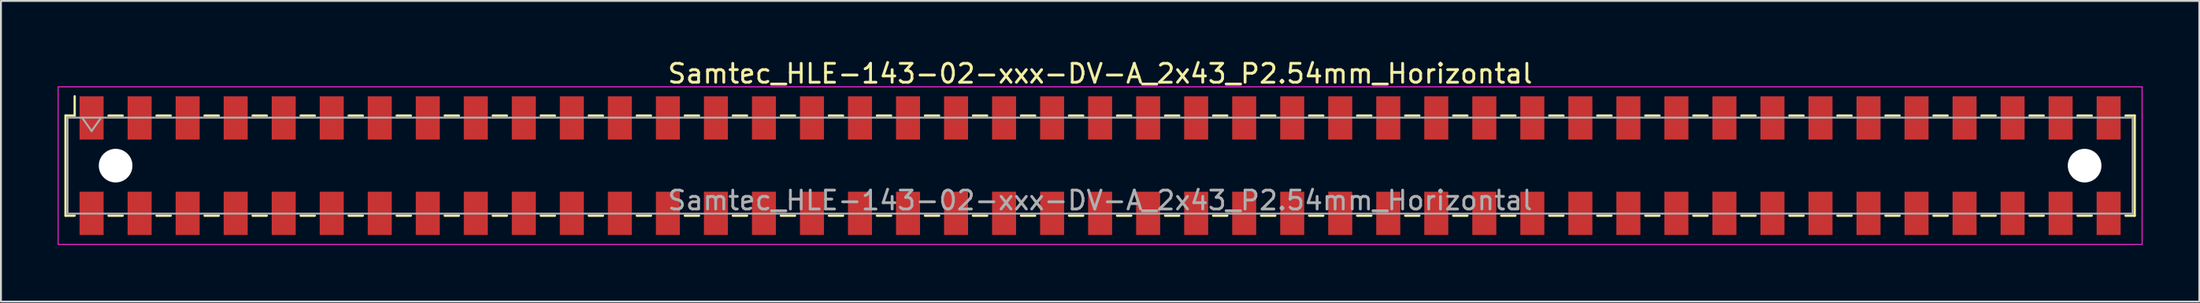
<source format=kicad_pcb>
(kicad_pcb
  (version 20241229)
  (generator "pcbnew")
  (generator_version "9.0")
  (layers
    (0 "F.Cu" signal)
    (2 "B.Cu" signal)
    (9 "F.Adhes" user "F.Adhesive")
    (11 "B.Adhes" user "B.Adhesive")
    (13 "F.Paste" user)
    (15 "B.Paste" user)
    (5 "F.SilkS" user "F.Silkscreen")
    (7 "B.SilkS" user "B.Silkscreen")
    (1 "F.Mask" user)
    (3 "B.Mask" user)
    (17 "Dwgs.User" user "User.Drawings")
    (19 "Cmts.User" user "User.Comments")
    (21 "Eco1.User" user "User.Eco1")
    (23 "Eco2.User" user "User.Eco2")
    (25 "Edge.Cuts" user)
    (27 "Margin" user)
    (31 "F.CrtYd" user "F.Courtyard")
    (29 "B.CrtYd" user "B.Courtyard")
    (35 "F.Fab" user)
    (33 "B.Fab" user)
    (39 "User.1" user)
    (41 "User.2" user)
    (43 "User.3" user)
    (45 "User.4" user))
  (footprint "Samtec_HLE-143-02-xxx-DV-A_2x43_P2.54mm_Horizontal"
    (layer "F.Cu")
    (at 55.135 5.718)
    (property "Reference" "Samtec_HLE-143-02-xxx-DV-A_2x43_P2.54mm_Horizontal" (at 0 -4.87 0) (layer "F.SilkS") (effects (font (size 1 1) (thickness 0.15))))
    (attr smd)
    (fp_line (start -54.72 -2.65) (end -54.72 2.65) (stroke (width 0.12) (type solid)) (layer "F.SilkS"))
    (fp_line (start -54.72 2.65) (end -54.235 2.65) (stroke (width 0.12) (type solid)) (layer "F.SilkS"))
    (fp_line (start -54.235 -3.67) (end -54.235 -2.65) (stroke (width 0.12) (type solid)) (layer "F.SilkS"))
    (fp_line (start -54.235 -2.65) (end -54.72 -2.65) (stroke (width 0.12) (type solid)) (layer "F.SilkS"))
    (fp_line (start -52.445 -2.65) (end -51.695 -2.65) (stroke (width 0.12) (type solid)) (layer "F.SilkS"))
    (fp_line (start -52.445 2.65) (end -51.695 2.65) (stroke (width 0.12) (type solid)) (layer "F.SilkS"))
    (fp_line (start -49.905 -2.65) (end -49.155 -2.65) (stroke (width 0.12) (type solid)) (layer "F.SilkS"))
    (fp_line (start -49.905 2.65) (end -49.155 2.65) (stroke (width 0.12) (type solid)) (layer "F.SilkS"))
    (fp_line (start -47.365 -2.65) (end -46.615 -2.65) (stroke (width 0.12) (type solid)) (layer "F.SilkS"))
    (fp_line (start -47.365 2.65) (end -46.615 2.65) (stroke (width 0.12) (type solid)) (layer "F.SilkS"))
    (fp_line (start -44.825 -2.65) (end -44.075 -2.65) (stroke (width 0.12) (type solid)) (layer "F.SilkS"))
    (fp_line (start -44.825 2.65) (end -44.075 2.65) (stroke (width 0.12) (type solid)) (layer "F.SilkS"))
    (fp_line (start -42.285 -2.65) (end -41.535 -2.65) (stroke (width 0.12) (type solid)) (layer "F.SilkS"))
    (fp_line (start -42.285 2.65) (end -41.535 2.65) (stroke (width 0.12) (type solid)) (layer "F.SilkS"))
    (fp_line (start -39.745 -2.65) (end -38.995 -2.65) (stroke (width 0.12) (type solid)) (layer "F.SilkS"))
    (fp_line (start -39.745 2.65) (end -38.995 2.65) (stroke (width 0.12) (type solid)) (layer "F.SilkS"))
    (fp_line (start -37.205 -2.65) (end -36.455 -2.65) (stroke (width 0.12) (type solid)) (layer "F.SilkS"))
    (fp_line (start -37.205 2.65) (end -36.455 2.65) (stroke (width 0.12) (type solid)) (layer "F.SilkS"))
    (fp_line (start -34.665 -2.65) (end -33.915 -2.65) (stroke (width 0.12) (type solid)) (layer "F.SilkS"))
    (fp_line (start -34.665 2.65) (end -33.915 2.65) (stroke (width 0.12) (type solid)) (layer "F.SilkS"))
    (fp_line (start -32.125 -2.65) (end -31.375 -2.65) (stroke (width 0.12) (type solid)) (layer "F.SilkS"))
    (fp_line (start -32.125 2.65) (end -31.375 2.65) (stroke (width 0.12) (type solid)) (layer "F.SilkS"))
    (fp_line (start -29.585 -2.65) (end -28.835 -2.65) (stroke (width 0.12) (type solid)) (layer "F.SilkS"))
    (fp_line (start -29.585 2.65) (end -28.835 2.65) (stroke (width 0.12) (type solid)) (layer "F.SilkS"))
    (fp_line (start -27.045 -2.65) (end -26.295 -2.65) (stroke (width 0.12) (type solid)) (layer "F.SilkS"))
    (fp_line (start -27.045 2.65) (end -26.295 2.65) (stroke (width 0.12) (type solid)) (layer "F.SilkS"))
    (fp_line (start -24.505 -2.65) (end -23.755 -2.65) (stroke (width 0.12) (type solid)) (layer "F.SilkS"))
    (fp_line (start -24.505 2.65) (end -23.755 2.65) (stroke (width 0.12) (type solid)) (layer "F.SilkS"))
    (fp_line (start -21.965 -2.65) (end -21.215 -2.65) (stroke (width 0.12) (type solid)) (layer "F.SilkS"))
    (fp_line (start -21.965 2.65) (end -21.215 2.65) (stroke (width 0.12) (type solid)) (layer "F.SilkS"))
    (fp_line (start -19.425 -2.65) (end -18.675 -2.65) (stroke (width 0.12) (type solid)) (layer "F.SilkS"))
    (fp_line (start -19.425 2.65) (end -18.675 2.65) (stroke (width 0.12) (type solid)) (layer "F.SilkS"))
    (fp_line (start -16.885 -2.65) (end -16.135 -2.65) (stroke (width 0.12) (type solid)) (layer "F.SilkS"))
    (fp_line (start -16.885 2.65) (end -16.135 2.65) (stroke (width 0.12) (type solid)) (layer "F.SilkS"))
    (fp_line (start -14.345 -2.65) (end -13.595 -2.65) (stroke (width 0.12) (type solid)) (layer "F.SilkS"))
    (fp_line (start -14.345 2.65) (end -13.595 2.65) (stroke (width 0.12) (type solid)) (layer "F.SilkS"))
    (fp_line (start -11.805 -2.65) (end -11.055 -2.65) (stroke (width 0.12) (type solid)) (layer "F.SilkS"))
    (fp_line (start -11.805 2.65) (end -11.055 2.65) (stroke (width 0.12) (type solid)) (layer "F.SilkS"))
    (fp_line (start -9.265 -2.65) (end -8.515 -2.65) (stroke (width 0.12) (type solid)) (layer "F.SilkS"))
    (fp_line (start -9.265 2.65) (end -8.515 2.65) (stroke (width 0.12) (type solid)) (layer "F.SilkS"))
    (fp_line (start -6.725 -2.65) (end -5.975 -2.65) (stroke (width 0.12) (type solid)) (layer "F.SilkS"))
    (fp_line (start -6.725 2.65) (end -5.975 2.65) (stroke (width 0.12) (type solid)) (layer "F.SilkS"))
    (fp_line (start -4.185 -2.65) (end -3.435 -2.65) (stroke (width 0.12) (type solid)) (layer "F.SilkS"))
    (fp_line (start -4.185 2.65) (end -3.435 2.65) (stroke (width 0.12) (type solid)) (layer "F.SilkS"))
    (fp_line (start -1.645 -2.65) (end -0.895 -2.65) (stroke (width 0.12) (type solid)) (layer "F.SilkS"))
    (fp_line (start -1.645 2.65) (end -0.895 2.65) (stroke (width 0.12) (type solid)) (layer "F.SilkS"))
    (fp_line (start 0.895 -2.65) (end 1.645 -2.65) (stroke (width 0.12) (type solid)) (layer "F.SilkS"))
    (fp_line (start 0.895 2.65) (end 1.645 2.65) (stroke (width 0.12) (type solid)) (layer "F.SilkS"))
    (fp_line (start 3.435 -2.65) (end 4.185 -2.65) (stroke (width 0.12) (type solid)) (layer "F.SilkS"))
    (fp_line (start 3.435 2.65) (end 4.185 2.65) (stroke (width 0.12) (type solid)) (layer "F.SilkS"))
    (fp_line (start 5.975 -2.65) (end 6.725 -2.65) (stroke (width 0.12) (type solid)) (layer "F.SilkS"))
    (fp_line (start 5.975 2.65) (end 6.725 2.65) (stroke (width 0.12) (type solid)) (layer "F.SilkS"))
    (fp_line (start 8.515 -2.65) (end 9.265 -2.65) (stroke (width 0.12) (type solid)) (layer "F.SilkS"))
    (fp_line (start 8.515 2.65) (end 9.265 2.65) (stroke (width 0.12) (type solid)) (layer "F.SilkS"))
    (fp_line (start 11.055 -2.65) (end 11.805 -2.65) (stroke (width 0.12) (type solid)) (layer "F.SilkS"))
    (fp_line (start 11.055 2.65) (end 11.805 2.65) (stroke (width 0.12) (type solid)) (layer "F.SilkS"))
    (fp_line (start 13.595 -2.65) (end 14.345 -2.65) (stroke (width 0.12) (type solid)) (layer "F.SilkS"))
    (fp_line (start 13.595 2.65) (end 14.345 2.65) (stroke (width 0.12) (type solid)) (layer "F.SilkS"))
    (fp_line (start 16.135 -2.65) (end 16.885 -2.65) (stroke (width 0.12) (type solid)) (layer "F.SilkS"))
    (fp_line (start 16.135 2.65) (end 16.885 2.65) (stroke (width 0.12) (type solid)) (layer "F.SilkS"))
    (fp_line (start 18.675 -2.65) (end 19.425 -2.65) (stroke (width 0.12) (type solid)) (layer "F.SilkS"))
    (fp_line (start 18.675 2.65) (end 19.425 2.65) (stroke (width 0.12) (type solid)) (layer "F.SilkS"))
    (fp_line (start 21.215 -2.65) (end 21.965 -2.65) (stroke (width 0.12) (type solid)) (layer "F.SilkS"))
    (fp_line (start 21.215 2.65) (end 21.965 2.65) (stroke (width 0.12) (type solid)) (layer "F.SilkS"))
    (fp_line (start 23.755 -2.65) (end 24.505 -2.65) (stroke (width 0.12) (type solid)) (layer "F.SilkS"))
    (fp_line (start 23.755 2.65) (end 24.505 2.65) (stroke (width 0.12) (type solid)) (layer "F.SilkS"))
    (fp_line (start 26.295 -2.65) (end 27.045 -2.65) (stroke (width 0.12) (type solid)) (layer "F.SilkS"))
    (fp_line (start 26.295 2.65) (end 27.045 2.65) (stroke (width 0.12) (type solid)) (layer "F.SilkS"))
    (fp_line (start 28.835 -2.65) (end 29.585 -2.65) (stroke (width 0.12) (type solid)) (layer "F.SilkS"))
    (fp_line (start 28.835 2.65) (end 29.585 2.65) (stroke (width 0.12) (type solid)) (layer "F.SilkS"))
    (fp_line (start 31.375 -2.65) (end 32.125 -2.65) (stroke (width 0.12) (type solid)) (layer "F.SilkS"))
    (fp_line (start 31.375 2.65) (end 32.125 2.65) (stroke (width 0.12) (type solid)) (layer "F.SilkS"))
    (fp_line (start 33.915 -2.65) (end 34.665 -2.65) (stroke (width 0.12) (type solid)) (layer "F.SilkS"))
    (fp_line (start 33.915 2.65) (end 34.665 2.65) (stroke (width 0.12) (type solid)) (layer "F.SilkS"))
    (fp_line (start 36.455 -2.65) (end 37.205 -2.65) (stroke (width 0.12) (type solid)) (layer "F.SilkS"))
    (fp_line (start 36.455 2.65) (end 37.205 2.65) (stroke (width 0.12) (type solid)) (layer "F.SilkS"))
    (fp_line (start 38.995 -2.65) (end 39.745 -2.65) (stroke (width 0.12) (type solid)) (layer "F.SilkS"))
    (fp_line (start 38.995 2.65) (end 39.745 2.65) (stroke (width 0.12) (type solid)) (layer "F.SilkS"))
    (fp_line (start 41.535 -2.65) (end 42.285 -2.65) (stroke (width 0.12) (type solid)) (layer "F.SilkS"))
    (fp_line (start 41.535 2.65) (end 42.285 2.65) (stroke (width 0.12) (type solid)) (layer "F.SilkS"))
    (fp_line (start 44.075 -2.65) (end 44.825 -2.65) (stroke (width 0.12) (type solid)) (layer "F.SilkS"))
    (fp_line (start 44.075 2.65) (end 44.825 2.65) (stroke (width 0.12) (type solid)) (layer "F.SilkS"))
    (fp_line (start 46.615 -2.65) (end 47.365 -2.65) (stroke (width 0.12) (type solid)) (layer "F.SilkS"))
    (fp_line (start 46.615 2.65) (end 47.365 2.65) (stroke (width 0.12) (type solid)) (layer "F.SilkS"))
    (fp_line (start 49.155 -2.65) (end 49.905 -2.65) (stroke (width 0.12) (type solid)) (layer "F.SilkS"))
    (fp_line (start 49.155 2.65) (end 49.905 2.65) (stroke (width 0.12) (type solid)) (layer "F.SilkS"))
    (fp_line (start 51.695 -2.65) (end 52.445 -2.65) (stroke (width 0.12) (type solid)) (layer "F.SilkS"))
    (fp_line (start 51.695 2.65) (end 52.445 2.65) (stroke (width 0.12) (type solid)) (layer "F.SilkS"))
    (fp_line (start 54.235 -2.65) (end 54.72 -2.65) (stroke (width 0.12) (type solid)) (layer "F.SilkS"))
    (fp_line (start 54.72 -2.65) (end 54.72 2.65) (stroke (width 0.12) (type solid)) (layer "F.SilkS"))
    (fp_line (start 54.72 2.65) (end 54.235 2.65) (stroke (width 0.12) (type solid)) (layer "F.SilkS"))
    (fp_line (start -55.11 -4.17) (end 55.11 -4.17) (stroke (width 0.05) (type solid)) (layer "F.CrtYd"))
    (fp_line (start -55.11 4.17) (end -55.11 -4.17) (stroke (width 0.05) (type solid)) (layer "F.CrtYd"))
    (fp_line (start 55.11 -4.17) (end 55.11 4.17) (stroke (width 0.05) (type solid)) (layer "F.CrtYd"))
    (fp_line (start 55.11 4.17) (end -55.11 4.17) (stroke (width 0.05) (type solid)) (layer "F.CrtYd"))
    (fp_line (start -54.61 -2.54) (end 54.61 -2.54) (stroke (width 0.1) (type solid)) (layer "F.Fab"))
    (fp_line (start -54.61 2.54) (end -54.61 -2.54) (stroke (width 0.1) (type solid)) (layer "F.Fab"))
    (fp_line (start -53.84 -2.54) (end -53.34 -1.833) (stroke (width 0.1) (type solid)) (layer "F.Fab"))
    (fp_line (start -53.34 -1.833) (end -52.84 -2.54) (stroke (width 0.1) (type solid)) (layer "F.Fab"))
    (fp_line (start 54.61 -2.54) (end 54.61 2.54) (stroke (width 0.1) (type solid)) (layer "F.Fab"))
    (fp_line (start 54.61 2.54) (end -54.61 2.54) (stroke (width 0.1) (type solid)) (layer "F.Fab"))
    (fp_text user "${REFERENCE}" (at 0 1.84 0) (layer "F.Fab") (effects (font (size 1 1) (thickness 0.15))))
    (pad "" np_thru_hole circle (at -52.07 0) (size 1.78 1.78) (drill 1.78) (layers "*.Cu" "*.Mask"))
    (pad "" np_thru_hole circle (at 52.07 0) (size 1.78 1.78) (drill 1.78) (layers "*.Cu" "*.Mask"))
    (pad "1" smd rect (at -53.34 -2.525) (size 1.27 2.29) (layers "F.Cu" "F.Mask" "F.Paste"))
    (pad "2" smd rect (at -53.34 2.525) (size 1.27 2.29) (layers "F.Cu" "F.Mask" "F.Paste"))
    (pad "3" smd rect (at -50.8 -2.525) (size 1.27 2.29) (layers "F.Cu" "F.Mask" "F.Paste"))
    (pad "4" smd rect (at -50.8 2.525) (size 1.27 2.29) (layers "F.Cu" "F.Mask" "F.Paste"))
    (pad "5" smd rect (at -48.26 -2.525) (size 1.27 2.29) (layers "F.Cu" "F.Mask" "F.Paste"))
    (pad "6" smd rect (at -48.26 2.525) (size 1.27 2.29) (layers "F.Cu" "F.Mask" "F.Paste"))
    (pad "7" smd rect (at -45.72 -2.525) (size 1.27 2.29) (layers "F.Cu" "F.Mask" "F.Paste"))
    (pad "8" smd rect (at -45.72 2.525) (size 1.27 2.29) (layers "F.Cu" "F.Mask" "F.Paste"))
    (pad "9" smd rect (at -43.18 -2.525) (size 1.27 2.29) (layers "F.Cu" "F.Mask" "F.Paste"))
    (pad "10" smd rect (at -43.18 2.525) (size 1.27 2.29) (layers "F.Cu" "F.Mask" "F.Paste"))
    (pad "11" smd rect (at -40.64 -2.525) (size 1.27 2.29) (layers "F.Cu" "F.Mask" "F.Paste"))
    (pad "12" smd rect (at -40.64 2.525) (size 1.27 2.29) (layers "F.Cu" "F.Mask" "F.Paste"))
    (pad "13" smd rect (at -38.1 -2.525) (size 1.27 2.29) (layers "F.Cu" "F.Mask" "F.Paste"))
    (pad "14" smd rect (at -38.1 2.525) (size 1.27 2.29) (layers "F.Cu" "F.Mask" "F.Paste"))
    (pad "15" smd rect (at -35.56 -2.525) (size 1.27 2.29) (layers "F.Cu" "F.Mask" "F.Paste"))
    (pad "16" smd rect (at -35.56 2.525) (size 1.27 2.29) (layers "F.Cu" "F.Mask" "F.Paste"))
    (pad "17" smd rect (at -33.02 -2.525) (size 1.27 2.29) (layers "F.Cu" "F.Mask" "F.Paste"))
    (pad "18" smd rect (at -33.02 2.525) (size 1.27 2.29) (layers "F.Cu" "F.Mask" "F.Paste"))
    (pad "19" smd rect (at -30.48 -2.525) (size 1.27 2.29) (layers "F.Cu" "F.Mask" "F.Paste"))
    (pad "20" smd rect (at -30.48 2.525) (size 1.27 2.29) (layers "F.Cu" "F.Mask" "F.Paste"))
    (pad "21" smd rect (at -27.94 -2.525) (size 1.27 2.29) (layers "F.Cu" "F.Mask" "F.Paste"))
    (pad "22" smd rect (at -27.94 2.525) (size 1.27 2.29) (layers "F.Cu" "F.Mask" "F.Paste"))
    (pad "23" smd rect (at -25.4 -2.525) (size 1.27 2.29) (layers "F.Cu" "F.Mask" "F.Paste"))
    (pad "24" smd rect (at -25.4 2.525) (size 1.27 2.29) (layers "F.Cu" "F.Mask" "F.Paste"))
    (pad "25" smd rect (at -22.86 -2.525) (size 1.27 2.29) (layers "F.Cu" "F.Mask" "F.Paste"))
    (pad "26" smd rect (at -22.86 2.525) (size 1.27 2.29) (layers "F.Cu" "F.Mask" "F.Paste"))
    (pad "27" smd rect (at -20.32 -2.525) (size 1.27 2.29) (layers "F.Cu" "F.Mask" "F.Paste"))
    (pad "28" smd rect (at -20.32 2.525) (size 1.27 2.29) (layers "F.Cu" "F.Mask" "F.Paste"))
    (pad "29" smd rect (at -17.78 -2.525) (size 1.27 2.29) (layers "F.Cu" "F.Mask" "F.Paste"))
    (pad "30" smd rect (at -17.78 2.525) (size 1.27 2.29) (layers "F.Cu" "F.Mask" "F.Paste"))
    (pad "31" smd rect (at -15.24 -2.525) (size 1.27 2.29) (layers "F.Cu" "F.Mask" "F.Paste"))
    (pad "32" smd rect (at -15.24 2.525) (size 1.27 2.29) (layers "F.Cu" "F.Mask" "F.Paste"))
    (pad "33" smd rect (at -12.7 -2.525) (size 1.27 2.29) (layers "F.Cu" "F.Mask" "F.Paste"))
    (pad "34" smd rect (at -12.7 2.525) (size 1.27 2.29) (layers "F.Cu" "F.Mask" "F.Paste"))
    (pad "35" smd rect (at -10.16 -2.525) (size 1.27 2.29) (layers "F.Cu" "F.Mask" "F.Paste"))
    (pad "36" smd rect (at -10.16 2.525) (size 1.27 2.29) (layers "F.Cu" "F.Mask" "F.Paste"))
    (pad "37" smd rect (at -7.62 -2.525) (size 1.27 2.29) (layers "F.Cu" "F.Mask" "F.Paste"))
    (pad "38" smd rect (at -7.62 2.525) (size 1.27 2.29) (layers "F.Cu" "F.Mask" "F.Paste"))
    (pad "39" smd rect (at -5.08 -2.525) (size 1.27 2.29) (layers "F.Cu" "F.Mask" "F.Paste"))
    (pad "40" smd rect (at -5.08 2.525) (size 1.27 2.29) (layers "F.Cu" "F.Mask" "F.Paste"))
    (pad "41" smd rect (at -2.54 -2.525) (size 1.27 2.29) (layers "F.Cu" "F.Mask" "F.Paste"))
    (pad "42" smd rect (at -2.54 2.525) (size 1.27 2.29) (layers "F.Cu" "F.Mask" "F.Paste"))
    (pad "43" smd rect (at 0 -2.525) (size 1.27 2.29) (layers "F.Cu" "F.Mask" "F.Paste"))
    (pad "44" smd rect (at 0 2.525) (size 1.27 2.29) (layers "F.Cu" "F.Mask" "F.Paste"))
    (pad "45" smd rect (at 2.54 -2.525) (size 1.27 2.29) (layers "F.Cu" "F.Mask" "F.Paste"))
    (pad "46" smd rect (at 2.54 2.525) (size 1.27 2.29) (layers "F.Cu" "F.Mask" "F.Paste"))
    (pad "47" smd rect (at 5.08 -2.525) (size 1.27 2.29) (layers "F.Cu" "F.Mask" "F.Paste"))
    (pad "48" smd rect (at 5.08 2.525) (size 1.27 2.29) (layers "F.Cu" "F.Mask" "F.Paste"))
    (pad "49" smd rect (at 7.62 -2.525) (size 1.27 2.29) (layers "F.Cu" "F.Mask" "F.Paste"))
    (pad "50" smd rect (at 7.62 2.525) (size 1.27 2.29) (layers "F.Cu" "F.Mask" "F.Paste"))
    (pad "51" smd rect (at 10.16 -2.525) (size 1.27 2.29) (layers "F.Cu" "F.Mask" "F.Paste"))
    (pad "52" smd rect (at 10.16 2.525) (size 1.27 2.29) (layers "F.Cu" "F.Mask" "F.Paste"))
    (pad "53" smd rect (at 12.7 -2.525) (size 1.27 2.29) (layers "F.Cu" "F.Mask" "F.Paste"))
    (pad "54" smd rect (at 12.7 2.525) (size 1.27 2.29) (layers "F.Cu" "F.Mask" "F.Paste"))
    (pad "55" smd rect (at 15.24 -2.525) (size 1.27 2.29) (layers "F.Cu" "F.Mask" "F.Paste"))
    (pad "56" smd rect (at 15.24 2.525) (size 1.27 2.29) (layers "F.Cu" "F.Mask" "F.Paste"))
    (pad "57" smd rect (at 17.78 -2.525) (size 1.27 2.29) (layers "F.Cu" "F.Mask" "F.Paste"))
    (pad "58" smd rect (at 17.78 2.525) (size 1.27 2.29) (layers "F.Cu" "F.Mask" "F.Paste"))
    (pad "59" smd rect (at 20.32 -2.525) (size 1.27 2.29) (layers "F.Cu" "F.Mask" "F.Paste"))
    (pad "60" smd rect (at 20.32 2.525) (size 1.27 2.29) (layers "F.Cu" "F.Mask" "F.Paste"))
    (pad "61" smd rect (at 22.86 -2.525) (size 1.27 2.29) (layers "F.Cu" "F.Mask" "F.Paste"))
    (pad "62" smd rect (at 22.86 2.525) (size 1.27 2.29) (layers "F.Cu" "F.Mask" "F.Paste"))
    (pad "63" smd rect (at 25.4 -2.525) (size 1.27 2.29) (layers "F.Cu" "F.Mask" "F.Paste"))
    (pad "64" smd rect (at 25.4 2.525) (size 1.27 2.29) (layers "F.Cu" "F.Mask" "F.Paste"))
    (pad "65" smd rect (at 27.94 -2.525) (size 1.27 2.29) (layers "F.Cu" "F.Mask" "F.Paste"))
    (pad "66" smd rect (at 27.94 2.525) (size 1.27 2.29) (layers "F.Cu" "F.Mask" "F.Paste"))
    (pad "67" smd rect (at 30.48 -2.525) (size 1.27 2.29) (layers "F.Cu" "F.Mask" "F.Paste"))
    (pad "68" smd rect (at 30.48 2.525) (size 1.27 2.29) (layers "F.Cu" "F.Mask" "F.Paste"))
    (pad "69" smd rect (at 33.02 -2.525) (size 1.27 2.29) (layers "F.Cu" "F.Mask" "F.Paste"))
    (pad "70" smd rect (at 33.02 2.525) (size 1.27 2.29) (layers "F.Cu" "F.Mask" "F.Paste"))
    (pad "71" smd rect (at 35.56 -2.525) (size 1.27 2.29) (layers "F.Cu" "F.Mask" "F.Paste"))
    (pad "72" smd rect (at 35.56 2.525) (size 1.27 2.29) (layers "F.Cu" "F.Mask" "F.Paste"))
    (pad "73" smd rect (at 38.1 -2.525) (size 1.27 2.29) (layers "F.Cu" "F.Mask" "F.Paste"))
    (pad "74" smd rect (at 38.1 2.525) (size 1.27 2.29) (layers "F.Cu" "F.Mask" "F.Paste"))
    (pad "75" smd rect (at 40.64 -2.525) (size 1.27 2.29) (layers "F.Cu" "F.Mask" "F.Paste"))
    (pad "76" smd rect (at 40.64 2.525) (size 1.27 2.29) (layers "F.Cu" "F.Mask" "F.Paste"))
    (pad "77" smd rect (at 43.18 -2.525) (size 1.27 2.29) (layers "F.Cu" "F.Mask" "F.Paste"))
    (pad "78" smd rect (at 43.18 2.525) (size 1.27 2.29) (layers "F.Cu" "F.Mask" "F.Paste"))
    (pad "79" smd rect (at 45.72 -2.525) (size 1.27 2.29) (layers "F.Cu" "F.Mask" "F.Paste"))
    (pad "80" smd rect (at 45.72 2.525) (size 1.27 2.29) (layers "F.Cu" "F.Mask" "F.Paste"))
    (pad "81" smd rect (at 48.26 -2.525) (size 1.27 2.29) (layers "F.Cu" "F.Mask" "F.Paste"))
    (pad "82" smd rect (at 48.26 2.525) (size 1.27 2.29) (layers "F.Cu" "F.Mask" "F.Paste"))
    (pad "83" smd rect (at 50.8 -2.525) (size 1.27 2.29) (layers "F.Cu" "F.Mask" "F.Paste"))
    (pad "84" smd rect (at 50.8 2.525) (size 1.27 2.29) (layers "F.Cu" "F.Mask" "F.Paste"))
    (pad "85" smd rect (at 53.34 -2.525) (size 1.27 2.29) (layers "F.Cu" "F.Mask" "F.Paste"))
    (pad "86" smd rect (at 53.34 2.525) (size 1.27 2.29) (layers "F.Cu" "F.Mask" "F.Paste")))
  (gr_rect
    (start -3 -3)
    (end 113.27 12.913)
    (stroke (width 0.1) (type default))
    (fill no)
    (layer "Edge.Cuts")))
</source>
